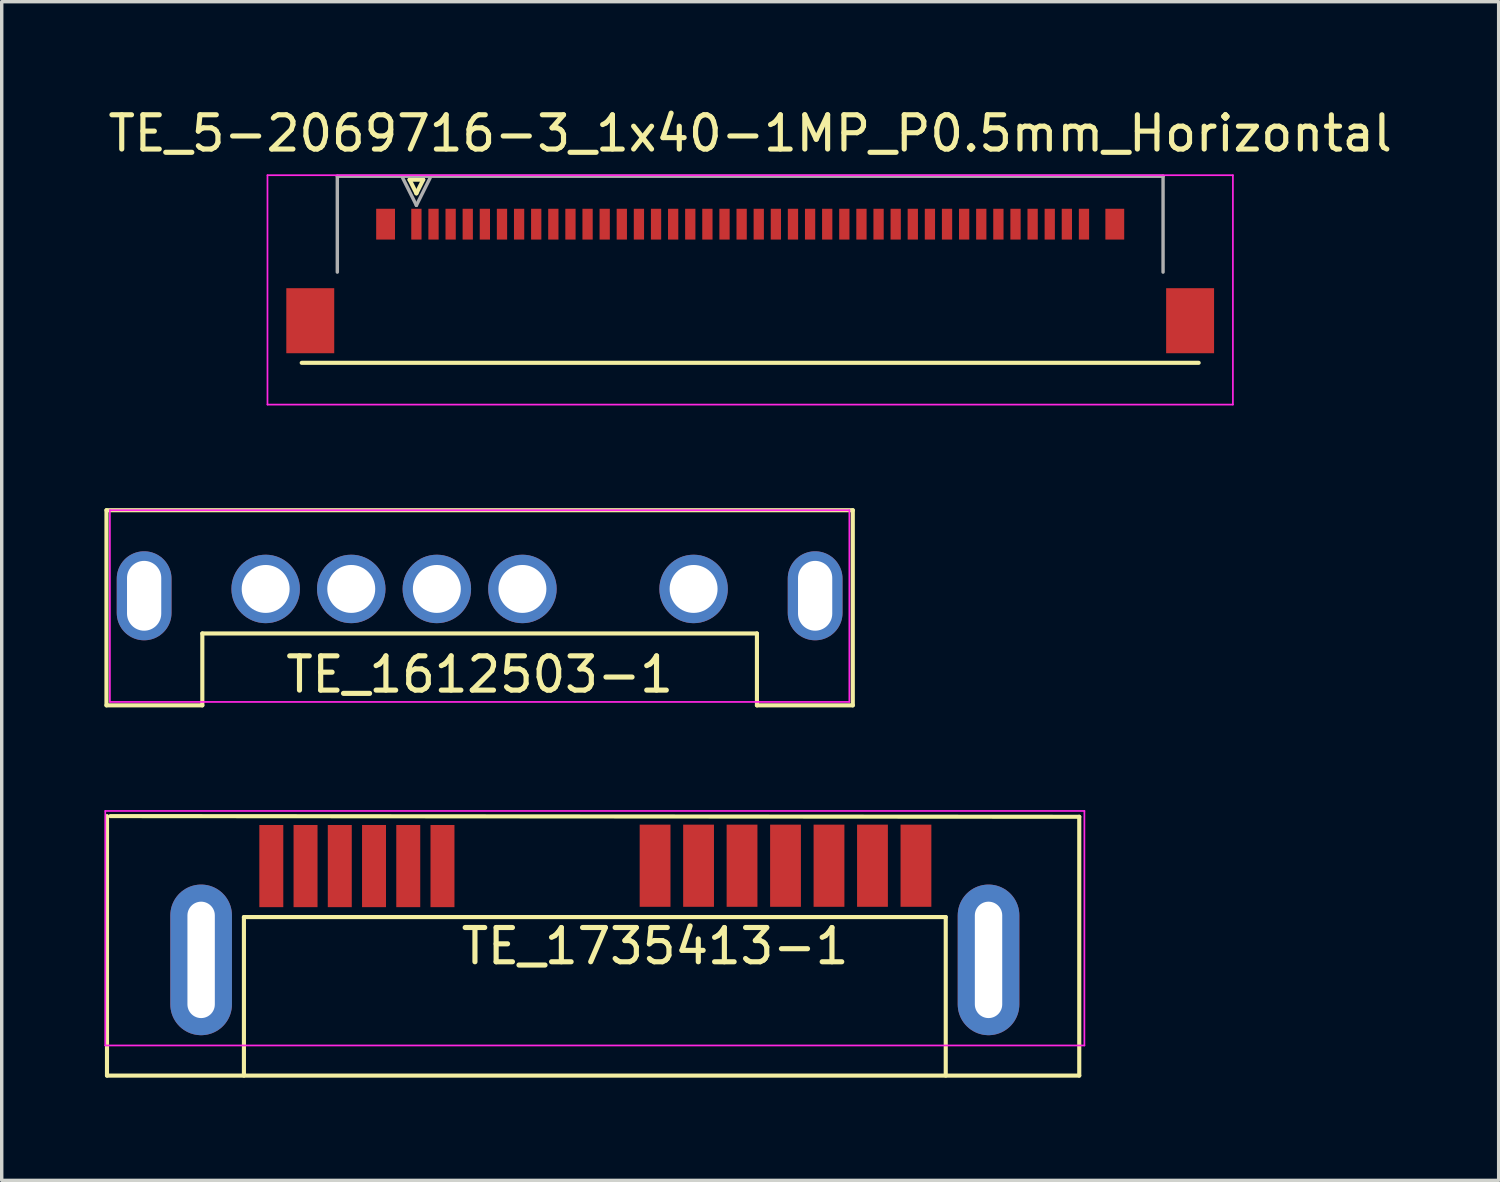
<source format=kicad_pcb>
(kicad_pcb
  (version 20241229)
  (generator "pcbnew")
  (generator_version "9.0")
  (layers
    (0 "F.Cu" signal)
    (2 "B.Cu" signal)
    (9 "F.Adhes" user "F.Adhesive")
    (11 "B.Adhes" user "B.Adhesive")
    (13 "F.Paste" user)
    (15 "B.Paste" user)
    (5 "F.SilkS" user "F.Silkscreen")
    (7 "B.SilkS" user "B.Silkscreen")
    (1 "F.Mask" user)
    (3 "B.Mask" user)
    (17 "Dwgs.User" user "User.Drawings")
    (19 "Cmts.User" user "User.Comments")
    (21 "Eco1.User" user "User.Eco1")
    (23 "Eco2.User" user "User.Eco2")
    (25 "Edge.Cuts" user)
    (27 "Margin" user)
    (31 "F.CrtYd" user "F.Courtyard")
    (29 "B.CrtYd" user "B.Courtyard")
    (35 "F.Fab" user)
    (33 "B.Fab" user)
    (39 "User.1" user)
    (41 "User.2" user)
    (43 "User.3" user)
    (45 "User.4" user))
  (footprint "TE_1612503-1"
    (layer "F.Cu")
    (at 10.96 14.153)
    (property "Reference" "TE_1612503-1" (at 0 2.5 0) (layer "F.SilkS") (effects (font (size 1 1) (thickness 0.15))))
    (fp_line (start -10.9 -2.3) (end 10.9 -2.3) (stroke (width 0.12) (type solid)) (layer "F.SilkS"))
    (fp_line (start -10.9 3.4) (end -10.9 -2.3) (stroke (width 0.12) (type solid)) (layer "F.SilkS"))
    (fp_line (start -8.1 1.3) (end -8.1 3.4) (stroke (width 0.12) (type solid)) (layer "F.SilkS"))
    (fp_line (start -8.1 3.4) (end -10.9 3.4) (stroke (width 0.12) (type solid)) (layer "F.SilkS"))
    (fp_line (start 8.1 1.3) (end -8.1 1.3) (stroke (width 0.12) (type solid)) (layer "F.SilkS"))
    (fp_line (start 8.1 3.4) (end 8.1 1.3) (stroke (width 0.12) (type solid)) (layer "F.SilkS"))
    (fp_line (start 10.9 -2.3) (end 10.9 3.4) (stroke (width 0.12) (type solid)) (layer "F.SilkS"))
    (fp_line (start 10.9 3.4) (end 8.1 3.4) (stroke (width 0.12) (type solid)) (layer "F.SilkS"))
    (fp_line (start -10.8 -2.3) (end 10.8 -2.3) (stroke (width 0.05) (type solid)) (layer "F.CrtYd"))
    (fp_line (start -10.8 3.3) (end -10.8 -2.3) (stroke (width 0.05) (type solid)) (layer "F.CrtYd"))
    (fp_line (start 10.8 -2.3) (end 10.8 3.3) (stroke (width 0.05) (type solid)) (layer "F.CrtYd"))
    (fp_line (start 10.8 3.3) (end -10.8 3.3) (stroke (width 0.05) (type solid)) (layer "F.CrtYd"))
    (pad "1" thru_hole circle (at 6.25 0) (size 2 2) (drill 1.4) (layers "*.Cu" "*.Mask"))
    (pad "2" thru_hole circle (at 1.25 0) (size 2 2) (drill 1.4) (layers "*.Cu" "*.Mask"))
    (pad "3" thru_hole circle (at -1.25 0) (size 2 2) (drill 1.4) (layers "*.Cu" "*.Mask"))
    (pad "4" thru_hole circle (at -3.75 0) (size 2 2) (drill 1.4) (layers "*.Cu" "*.Mask"))
    (pad "5" thru_hole circle (at -6.25 0) (size 2 2) (drill 1.4) (layers "*.Cu" "*.Mask"))
    (pad "MP" thru_hole oval (at -9.8 0.2) (size 1.6 2.6) (drill oval 1 2.04) (layers "*.Cu" "*.Mask"))
    (pad "MP" thru_hole oval (at 9.8 0.2) (size 1.6 2.6) (drill oval 1 2.04) (layers "*.Cu" "*.Mask")))
  (footprint "TE_1735413-1"
    (layer "F.Cu")
    (at 14.325 22.238)
    (property "Reference" "TE_1735413-1" (at 1.76 2.35 0) (layer "F.SilkS") (effects (font (size 1 1) (thickness 0.15))))
    (attr through_hole)
    (fp_line (start -14.25 -1.45) (end -14.25 6.13) (stroke (width 0.12) (type solid)) (layer "F.SilkS"))
    (fp_line (start -14.25 6.13) (end 14.15 6.13) (stroke (width 0.12) (type solid)) (layer "F.SilkS"))
    (fp_line (start -10.25 1.5) (end -10.25 6.13) (stroke (width 0.12) (type solid)) (layer "F.SilkS"))
    (fp_line (start -10.25 1.5) (end 10.25 1.5) (stroke (width 0.12) (type solid)) (layer "F.SilkS"))
    (fp_line (start 10.25 1.5) (end 10.25 6.13) (stroke (width 0.12) (type solid)) (layer "F.SilkS"))
    (fp_line (start 14.15 -1.43) (end -14.15 -1.45) (stroke (width 0.12) (type solid)) (layer "F.SilkS"))
    (fp_line (start 14.15 6.13) (end 14.15 -1.43) (stroke (width 0.12) (type solid)) (layer "F.SilkS"))
    (fp_line (start -14.3 -1.6) (end -14.3 5.25) (stroke (width 0.05) (type solid)) (layer "F.CrtYd"))
    (fp_line (start -14.3 -1.6) (end 14.3 -1.6) (stroke (width 0.05) (type solid)) (layer "F.CrtYd"))
    (fp_line (start -14.3 5.25) (end 14.3 5.25) (stroke (width 0.05) (type solid)) (layer "F.CrtYd"))
    (fp_line (start 14.3 -1.6) (end 14.3 5.25) (stroke (width 0.05) (type solid)) (layer "F.CrtYd"))
    (pad "1" smd rect (at 9.38 0) (size 0.9 2.4) (layers "F.Cu" "F.Mask" "F.Paste"))
    (pad "2" smd rect (at 8.11 0) (size 0.9 2.4) (layers "F.Cu" "F.Mask" "F.Paste"))
    (pad "3" smd rect (at 6.84 0) (size 0.9 2.4) (layers "F.Cu" "F.Mask" "F.Paste"))
    (pad "4" smd rect (at 5.57 0) (size 0.9 2.4) (layers "F.Cu" "F.Mask" "F.Paste"))
    (pad "5" smd rect (at 4.3 0) (size 0.9 2.4) (layers "F.Cu" "F.Mask" "F.Paste"))
    (pad "6" smd rect (at 3.03 0) (size 0.9 2.4) (layers "F.Cu" "F.Mask" "F.Paste"))
    (pad "7" smd rect (at 1.76 0) (size 0.9 2.4) (layers "F.Cu" "F.Mask" "F.Paste"))
    (pad "8" smd rect (at -4.45 0.01) (size 0.7 2.4) (layers "F.Cu" "F.Mask" "F.Paste"))
    (pad "9" smd rect (at -5.45 0.01) (size 0.7 2.4) (layers "F.Cu" "F.Mask" "F.Paste"))
    (pad "10" smd rect (at -6.45 0.01) (size 0.7 2.4) (layers "F.Cu" "F.Mask" "F.Paste"))
    (pad "11" smd rect (at -7.45 0.01) (size 0.7 2.4) (layers "F.Cu" "F.Mask" "F.Paste"))
    (pad "12" smd rect (at -8.45 0.01) (size 0.7 2.4) (layers "F.Cu" "F.Mask" "F.Paste"))
    (pad "13" smd rect (at -9.45 0.01) (size 0.7 2.4) (layers "F.Cu" "F.Mask" "F.Paste"))
    (pad "MP" thru_hole oval (at -11.5 2.75) (size 1.8 4.4) (drill oval 0.8 3.4) (layers "*.Cu" "*.Mask"))
    (pad "MP" thru_hole oval (at 11.5 2.75) (size 1.8 4.4) (drill oval 0.8 3.4) (layers "*.Cu" "*.Mask")))
  (footprint "TE_5-2069716-3_1x40-1MP_P0.5mm_Horizontal"
    (layer "F.Cu")
    (at 18.863 3.948)
    (property "Reference" "TE_5-2069716-3_1x40-1MP_P0.5mm_Horizontal" (at 0 -3.1 0) (layer "F.SilkS") (effects (font (size 1 1) (thickness 0.15))))
    (attr smd)
    (fp_line (start -13.1 3.6) (end 13.1 3.6) (stroke (width 0.12) (type solid)) (layer "F.SilkS"))
    (fp_line (start -9.95 -1.75) (end -9.75 -1.35) (stroke (width 0.12) (type solid)) (layer "F.SilkS"))
    (fp_line (start -9.75 -1.35) (end -9.55 -1.75) (stroke (width 0.12) (type solid)) (layer "F.SilkS"))
    (fp_line (start -9.55 -1.75) (end -9.95 -1.75) (stroke (width 0.12) (type solid)) (layer "F.SilkS"))
    (fp_line (start -14.1 -1.88) (end -14.1 4.82) (stroke (width 0.05) (type solid)) (layer "F.CrtYd"))
    (fp_line (start -14.1 4.82) (end 14.1 4.82) (stroke (width 0.05) (type solid)) (layer "F.CrtYd"))
    (fp_line (start 14.1 -1.88) (end -14.1 -1.88) (stroke (width 0.05) (type solid)) (layer "F.CrtYd"))
    (fp_line (start 14.1 4.82) (end 14.1 -1.88) (stroke (width 0.05) (type solid)) (layer "F.CrtYd"))
    (fp_line (start -12.06 -1.85) (end 12.06 -1.85) (stroke (width 0.1) (type solid)) (layer "F.Fab"))
    (fp_line (start -12.06 0.95) (end -12.06 -1.85) (stroke (width 0.1) (type solid)) (layer "F.Fab"))
    (fp_line (start -10.15 -1.8) (end -9.75 -1) (stroke (width 0.1) (type solid)) (layer "F.Fab"))
    (fp_line (start -9.75 -1) (end -9.35 -1.8) (stroke (width 0.1) (type solid)) (layer "F.Fab"))
    (fp_line (start 12.06 -1.85) (end 12.06 0.95) (stroke (width 0.1) (type solid)) (layer "F.Fab"))
    (pad "1" smd rect (at -9.75 -0.45) (size 0.3 0.9) (layers "F.Cu" "F.Mask" "F.Paste"))
    (pad "2" smd rect (at -9.25 -0.45) (size 0.3 0.9) (layers "F.Cu" "F.Mask" "F.Paste"))
    (pad "3" smd rect (at -8.75 -0.45) (size 0.3 0.9) (layers "F.Cu" "F.Mask" "F.Paste"))
    (pad "4" smd rect (at -8.25 -0.45) (size 0.3 0.9) (layers "F.Cu" "F.Mask" "F.Paste"))
    (pad "5" smd rect (at -7.75 -0.45) (size 0.3 0.9) (layers "F.Cu" "F.Mask" "F.Paste"))
    (pad "6" smd rect (at -7.25 -0.45) (size 0.3 0.9) (layers "F.Cu" "F.Mask" "F.Paste"))
    (pad "7" smd rect (at -6.75 -0.45) (size 0.3 0.9) (layers "F.Cu" "F.Mask" "F.Paste"))
    (pad "8" smd rect (at -6.25 -0.45) (size 0.3 0.9) (layers "F.Cu" "F.Mask" "F.Paste"))
    (pad "9" smd rect (at -5.75 -0.45) (size 0.3 0.9) (layers "F.Cu" "F.Mask" "F.Paste"))
    (pad "10" smd rect (at -5.25 -0.45) (size 0.3 0.9) (layers "F.Cu" "F.Mask" "F.Paste"))
    (pad "11" smd rect (at -4.75 -0.45) (size 0.3 0.9) (layers "F.Cu" "F.Mask" "F.Paste"))
    (pad "12" smd rect (at -4.25 -0.45) (size 0.3 0.9) (layers "F.Cu" "F.Mask" "F.Paste"))
    (pad "13" smd rect (at -3.75 -0.45) (size 0.3 0.9) (layers "F.Cu" "F.Mask" "F.Paste"))
    (pad "14" smd rect (at -3.25 -0.45) (size 0.3 0.9) (layers "F.Cu" "F.Mask" "F.Paste"))
    (pad "15" smd rect (at -2.75 -0.45) (size 0.3 0.9) (layers "F.Cu" "F.Mask" "F.Paste"))
    (pad "16" smd rect (at -2.25 -0.45) (size 0.3 0.9) (layers "F.Cu" "F.Mask" "F.Paste"))
    (pad "17" smd rect (at -1.75 -0.45) (size 0.3 0.9) (layers "F.Cu" "F.Mask" "F.Paste"))
    (pad "18" smd rect (at -1.25 -0.45) (size 0.3 0.9) (layers "F.Cu" "F.Mask" "F.Paste"))
    (pad "19" smd rect (at -0.75 -0.45) (size 0.3 0.9) (layers "F.Cu" "F.Mask" "F.Paste"))
    (pad "20" smd rect (at -0.25 -0.45) (size 0.3 0.9) (layers "F.Cu" "F.Mask" "F.Paste"))
    (pad "21" smd rect (at 0.25 -0.45) (size 0.3 0.9) (layers "F.Cu" "F.Mask" "F.Paste"))
    (pad "22" smd rect (at 0.75 -0.45) (size 0.3 0.9) (layers "F.Cu" "F.Mask" "F.Paste"))
    (pad "23" smd rect (at 1.25 -0.45) (size 0.3 0.9) (layers "F.Cu" "F.Mask" "F.Paste"))
    (pad "24" smd rect (at 1.75 -0.45) (size 0.3 0.9) (layers "F.Cu" "F.Mask" "F.Paste"))
    (pad "25" smd rect (at 2.25 -0.45) (size 0.3 0.9) (layers "F.Cu" "F.Mask" "F.Paste"))
    (pad "26" smd rect (at 2.75 -0.45) (size 0.3 0.9) (layers "F.Cu" "F.Mask" "F.Paste"))
    (pad "27" smd rect (at 3.25 -0.45) (size 0.3 0.9) (layers "F.Cu" "F.Mask" "F.Paste"))
    (pad "28" smd rect (at 3.75 -0.45) (size 0.3 0.9) (layers "F.Cu" "F.Mask" "F.Paste"))
    (pad "29" smd rect (at 4.25 -0.45) (size 0.3 0.9) (layers "F.Cu" "F.Mask" "F.Paste"))
    (pad "30" smd rect (at 4.75 -0.45) (size 0.3 0.9) (layers "F.Cu" "F.Mask" "F.Paste"))
    (pad "31" smd rect (at 5.25 -0.45) (size 0.3 0.9) (layers "F.Cu" "F.Mask" "F.Paste"))
    (pad "32" smd rect (at 5.75 -0.45) (size 0.3 0.9) (layers "F.Cu" "F.Mask" "F.Paste"))
    (pad "33" smd rect (at 6.25 -0.45) (size 0.3 0.9) (layers "F.Cu" "F.Mask" "F.Paste"))
    (pad "34" smd rect (at 6.75 -0.45) (size 0.3 0.9) (layers "F.Cu" "F.Mask" "F.Paste"))
    (pad "35" smd rect (at 7.25 -0.45) (size 0.3 0.9) (layers "F.Cu" "F.Mask" "F.Paste"))
    (pad "36" smd rect (at 7.75 -0.45) (size 0.3 0.9) (layers "F.Cu" "F.Mask" "F.Paste"))
    (pad "37" smd rect (at 8.25 -0.45) (size 0.3 0.9) (layers "F.Cu" "F.Mask" "F.Paste"))
    (pad "38" smd rect (at 8.75 -0.45) (size 0.3 0.9) (layers "F.Cu" "F.Mask" "F.Paste"))
    (pad "39" smd rect (at 9.25 -0.45) (size 0.3 0.9) (layers "F.Cu" "F.Mask" "F.Paste"))
    (pad "40" smd rect (at 9.75 -0.45) (size 0.3 0.9) (layers "F.Cu" "F.Mask" "F.Paste"))
    (pad "MP" smd rect (at -12.85 2.37) (size 1.4 1.9) (layers "F.Cu" "F.Mask" "F.Paste"))
    (pad "MP" smd rect (at -10.65 -0.45) (size 0.55 0.9) (layers "F.Cu" "F.Mask" "F.Paste"))
    (pad "MP" smd rect (at 10.65 -0.45) (size 0.55 0.9) (layers "F.Cu" "F.Mask" "F.Paste"))
    (pad "MP" smd rect (at 12.85 2.37) (size 1.4 1.9) (layers "F.Cu" "F.Mask" "F.Paste")))
  (gr_rect
    (start -3 -3)
    (end 40.726 31.428)
    (stroke (width 0.1) (type default))
    (fill no)
    (layer "Edge.Cuts")))
</source>
